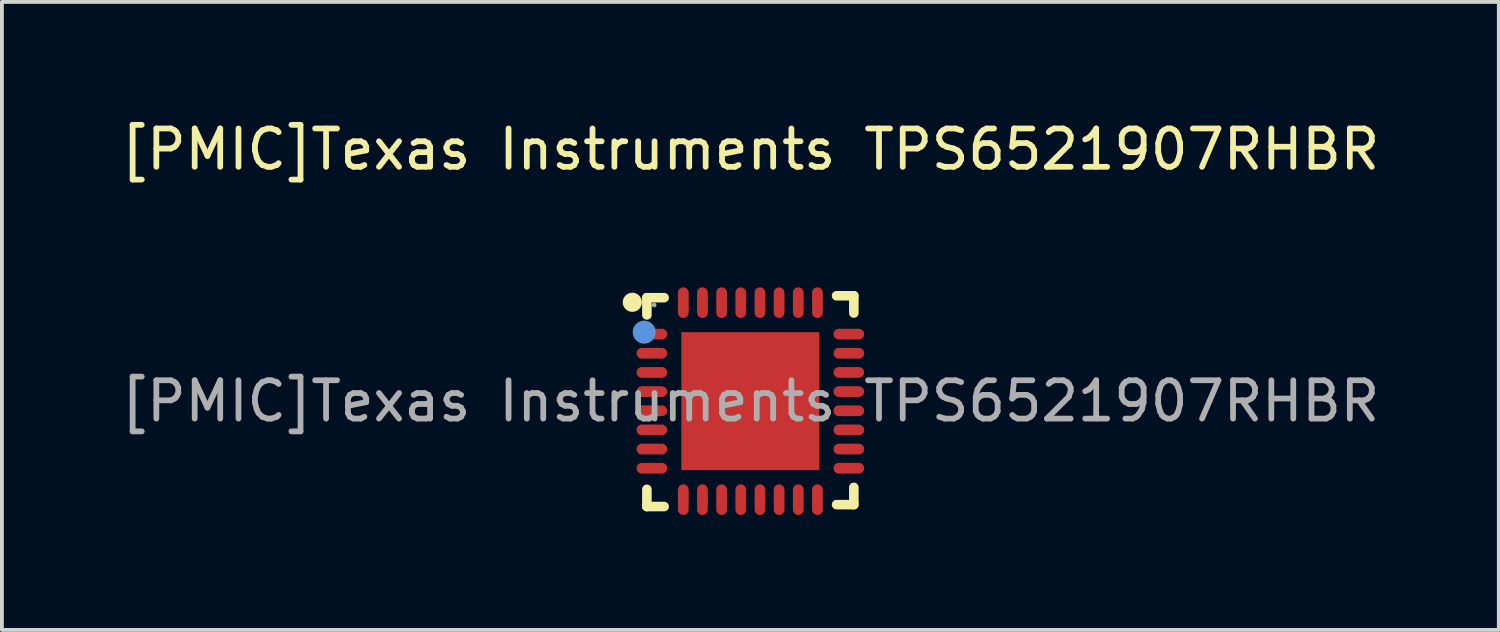
<source format=kicad_pcb>
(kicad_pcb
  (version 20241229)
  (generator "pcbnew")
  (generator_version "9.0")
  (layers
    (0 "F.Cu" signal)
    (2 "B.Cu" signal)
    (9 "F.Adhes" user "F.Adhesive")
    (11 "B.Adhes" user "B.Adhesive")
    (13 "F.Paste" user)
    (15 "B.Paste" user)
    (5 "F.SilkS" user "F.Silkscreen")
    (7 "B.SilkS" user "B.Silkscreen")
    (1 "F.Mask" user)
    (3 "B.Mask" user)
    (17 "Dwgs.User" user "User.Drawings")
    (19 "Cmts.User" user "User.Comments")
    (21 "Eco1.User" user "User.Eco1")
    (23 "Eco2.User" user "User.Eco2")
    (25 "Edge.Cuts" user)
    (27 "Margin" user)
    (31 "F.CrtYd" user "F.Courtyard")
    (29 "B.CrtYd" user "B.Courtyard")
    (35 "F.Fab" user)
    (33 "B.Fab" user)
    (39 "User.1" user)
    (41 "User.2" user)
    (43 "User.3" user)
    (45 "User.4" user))
  (footprint "[PMIC]Texas Instruments TPS6521907RHBR"
    (layer "F.Cu")
    (at 16.53 7.418)
    (property "Reference" "[PMIC]Texas Instruments TPS6521907RHBR" (at 0 -6.57 0) (layer "F.SilkS") (effects (font (size 1 1) (thickness 0.15))))
    (attr through_hole)
    (fp_line (start -2.7 -2.7) (end -2.25 -2.7) (stroke (width 0.25) (type solid)) (layer "F.SilkS"))
    (fp_line (start -2.7 -2.25) (end -2.7 -2.7) (stroke (width 0.25) (type solid)) (layer "F.SilkS"))
    (fp_line (start -2.7 2.3) (end -2.7 2.75) (stroke (width 0.25) (type solid)) (layer "F.SilkS"))
    (fp_line (start -2.7 2.75) (end -2.25 2.75) (stroke (width 0.25) (type solid)) (layer "F.SilkS"))
    (fp_line (start 2.25 2.7) (end 2.7 2.7) (stroke (width 0.25) (type solid)) (layer "F.SilkS"))
    (fp_line (start 2.7 -2.75) (end 2.25 -2.75) (stroke (width 0.25) (type solid)) (layer "F.SilkS"))
    (fp_line (start 2.7 -2.3) (end 2.7 -2.75) (stroke (width 0.25) (type solid)) (layer "F.SilkS"))
    (fp_line (start 2.7 2.7) (end 2.7 2.25) (stroke (width 0.25) (type solid)) (layer "F.SilkS"))
    (fp_arc (start -3.08 -2.58) (mid -3.08 -2.58) (end -3.08 -2.58) (stroke (width 0.25) (type solid)) (layer "F.SilkS"))
    (fp_circle (center -2.77 -1.8) (end -2.62 -1.8) (stroke (width 0.3) (type solid)) (fill no) (layer "Cmts.User"))
    (fp_circle (center -2.51 -2.51) (end -2.48 -2.51) (stroke (width 0.06) (type solid)) (fill no) (layer "F.Fab"))
    (fp_text user "${REFERENCE}" (at 0 0 0) (layer "F.Fab") (effects (font (size 1 1) (thickness 0.15))))
    (pad "1" smd oval (at -2.57 -1.75 270) (size 0.28 0.8) (layers "F.Cu" "F.Mask" "F.Paste"))
    (pad "2" smd oval (at -2.57 -1.25 270) (size 0.28 0.8) (layers "F.Cu" "F.Mask" "F.Paste"))
    (pad "3" smd oval (at -2.57 -0.75 270) (size 0.28 0.8) (layers "F.Cu" "F.Mask" "F.Paste"))
    (pad "4" smd oval (at -2.57 -0.25 270) (size 0.28 0.8) (layers "F.Cu" "F.Mask" "F.Paste"))
    (pad "5" smd oval (at -2.57 0.25 270) (size 0.28 0.8) (layers "F.Cu" "F.Mask" "F.Paste"))
    (pad "6" smd oval (at -2.57 0.75 270) (size 0.28 0.8) (layers "F.Cu" "F.Mask" "F.Paste"))
    (pad "7" smd oval (at -2.57 1.25 270) (size 0.28 0.8) (layers "F.Cu" "F.Mask" "F.Paste"))
    (pad "8" smd oval (at -2.57 1.75 270) (size 0.28 0.8) (layers "F.Cu" "F.Mask" "F.Paste"))
    (pad "9" smd oval (at -1.75 2.57 270) (size 0.8 0.28) (layers "F.Cu" "F.Mask" "F.Paste"))
    (pad "10" smd oval (at -1.25 2.57 270) (size 0.8 0.28) (layers "F.Cu" "F.Mask" "F.Paste"))
    (pad "11" smd oval (at -0.75 2.57 270) (size 0.8 0.28) (layers "F.Cu" "F.Mask" "F.Paste"))
    (pad "12" smd oval (at -0.25 2.57 270) (size 0.8 0.28) (layers "F.Cu" "F.Mask" "F.Paste"))
    (pad "13" smd oval (at 0.25 2.57 270) (size 0.8 0.28) (layers "F.Cu" "F.Mask" "F.Paste"))
    (pad "14" smd oval (at 0.75 2.57 270) (size 0.8 0.28) (layers "F.Cu" "F.Mask" "F.Paste"))
    (pad "15" smd oval (at 1.25 2.57 270) (size 0.8 0.28) (layers "F.Cu" "F.Mask" "F.Paste"))
    (pad "16" smd oval (at 1.75 2.57 270) (size 0.8 0.28) (layers "F.Cu" "F.Mask" "F.Paste"))
    (pad "17" smd oval (at 2.57 1.75 270) (size 0.28 0.8) (layers "F.Cu" "F.Mask" "F.Paste"))
    (pad "18" smd oval (at 2.57 1.25 270) (size 0.28 0.8) (layers "F.Cu" "F.Mask" "F.Paste"))
    (pad "19" smd oval (at 2.57 0.75 270) (size 0.28 0.8) (layers "F.Cu" "F.Mask" "F.Paste"))
    (pad "20" smd oval (at 2.57 0.25 270) (size 0.28 0.8) (layers "F.Cu" "F.Mask" "F.Paste"))
    (pad "21" smd oval (at 2.57 -0.25 270) (size 0.28 0.8) (layers "F.Cu" "F.Mask" "F.Paste"))
    (pad "22" smd oval (at 2.57 -0.75 270) (size 0.28 0.8) (layers "F.Cu" "F.Mask" "F.Paste"))
    (pad "23" smd oval (at 2.57 -1.25 270) (size 0.28 0.8) (layers "F.Cu" "F.Mask" "F.Paste"))
    (pad "24" smd oval (at 2.57 -1.75 270) (size 0.28 0.8) (layers "F.Cu" "F.Mask" "F.Paste"))
    (pad "25" smd oval (at 1.75 -2.57 270) (size 0.8 0.28) (layers "F.Cu" "F.Mask" "F.Paste"))
    (pad "26" smd oval (at 1.25 -2.57 270) (size 0.8 0.28) (layers "F.Cu" "F.Mask" "F.Paste"))
    (pad "27" smd oval (at 0.75 -2.57 270) (size 0.8 0.28) (layers "F.Cu" "F.Mask" "F.Paste"))
    (pad "28" smd oval (at 0.25 -2.57 270) (size 0.8 0.28) (layers "F.Cu" "F.Mask" "F.Paste"))
    (pad "29" smd oval (at -0.25 -2.57 270) (size 0.8 0.28) (layers "F.Cu" "F.Mask" "F.Paste"))
    (pad "30" smd oval (at -0.75 -2.57 270) (size 0.8 0.28) (layers "F.Cu" "F.Mask" "F.Paste"))
    (pad "31" smd oval (at -1.25 -2.57 270) (size 0.8 0.28) (layers "F.Cu" "F.Mask" "F.Paste"))
    (pad "32" smd oval (at -1.75 -2.57 270) (size 0.8 0.28) (layers "F.Cu" "F.Mask" "F.Paste"))
    (pad "33" smd rect (at 0 0 270) (size 3.6 3.6) (layers "F.Cu" "F.Mask" "F.Paste")))
  (gr_rect
    (start -3 -3)
    (end 36.06 13.388)
    (stroke (width 0.1) (type default))
    (fill no)
    (layer "Edge.Cuts")))
</source>
